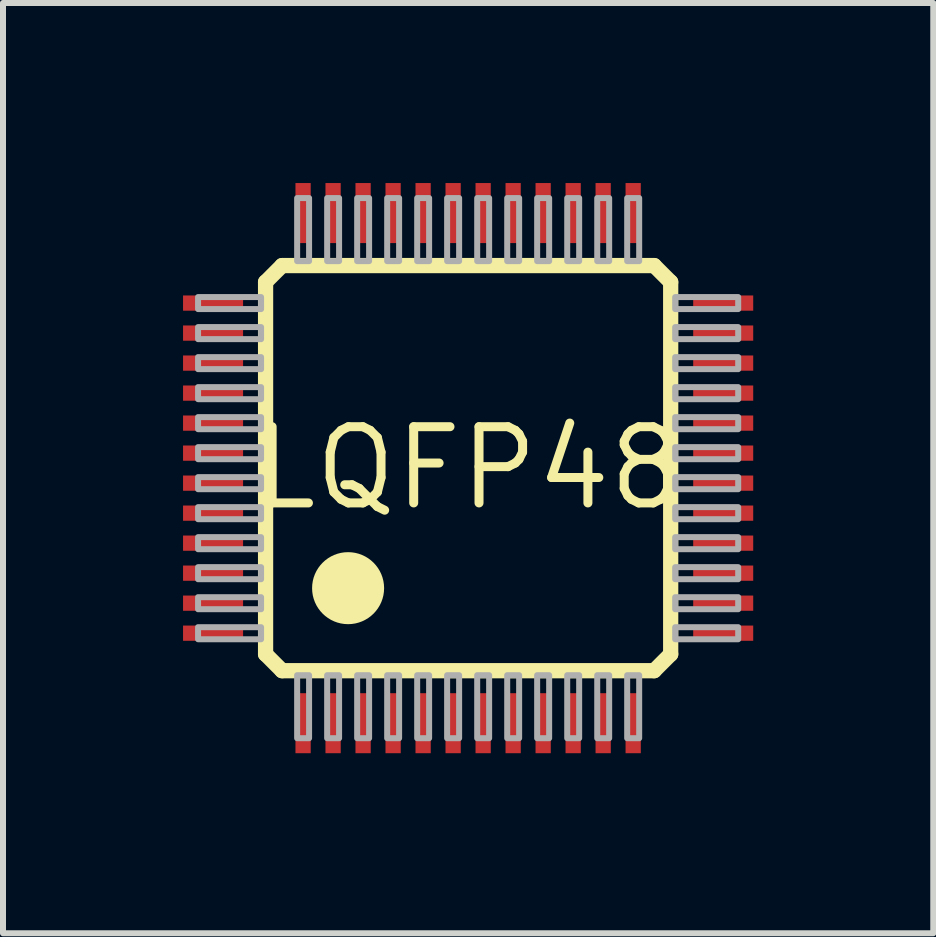
<source format=kicad_pcb>
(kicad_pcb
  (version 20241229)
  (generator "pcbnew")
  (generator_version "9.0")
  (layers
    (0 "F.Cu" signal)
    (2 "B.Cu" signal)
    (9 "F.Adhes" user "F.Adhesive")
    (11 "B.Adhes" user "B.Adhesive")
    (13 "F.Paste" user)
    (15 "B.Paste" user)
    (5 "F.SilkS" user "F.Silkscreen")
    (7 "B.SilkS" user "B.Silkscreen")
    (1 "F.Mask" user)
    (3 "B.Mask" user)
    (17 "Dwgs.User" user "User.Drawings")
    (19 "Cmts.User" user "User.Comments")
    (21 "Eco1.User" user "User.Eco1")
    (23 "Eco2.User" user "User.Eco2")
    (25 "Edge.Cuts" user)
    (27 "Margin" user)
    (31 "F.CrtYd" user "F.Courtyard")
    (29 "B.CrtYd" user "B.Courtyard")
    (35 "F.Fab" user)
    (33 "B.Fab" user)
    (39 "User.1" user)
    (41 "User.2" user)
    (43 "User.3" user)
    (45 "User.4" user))
  (footprint "LQFP48"
    (layer "F.Cu")
    (at 4.75 4.75)
    (property "Reference" "LQFP48" (at 0 0 0) (layer "F.SilkS") (effects (font (size 1.27 1.27) (thickness 0.15))))
    (fp_poly (pts (xy -3.75 -2.623) (xy -4.75 -2.623) (xy -4.75 -2.877) (xy -3.75 -2.877)) (stroke (width 0) (type default)) (fill yes) (layer "F.Mask"))
    (fp_poly (pts (xy -3.75 -2.123) (xy -4.75 -2.123) (xy -4.75 -2.377) (xy -3.75 -2.377)) (stroke (width 0) (type default)) (fill yes) (layer "F.Mask"))
    (fp_poly (pts (xy -3.75 -1.623) (xy -4.75 -1.623) (xy -4.75 -1.877) (xy -3.75 -1.877)) (stroke (width 0) (type default)) (fill yes) (layer "F.Mask"))
    (fp_poly (pts (xy -3.75 -1.123) (xy -4.75 -1.123) (xy -4.75 -1.377) (xy -3.75 -1.377)) (stroke (width 0) (type default)) (fill yes) (layer "F.Mask"))
    (fp_poly (pts (xy -3.75 -0.623) (xy -4.75 -0.623) (xy -4.75 -0.877) (xy -3.75 -0.877)) (stroke (width 0) (type default)) (fill yes) (layer "F.Mask"))
    (fp_poly (pts (xy -3.75 -0.123) (xy -4.75 -0.123) (xy -4.75 -0.377) (xy -3.75 -0.377)) (stroke (width 0) (type default)) (fill yes) (layer "F.Mask"))
    (fp_poly (pts (xy -3.75 0.377) (xy -4.75 0.377) (xy -4.75 0.123) (xy -3.75 0.123)) (stroke (width 0) (type default)) (fill yes) (layer "F.Mask"))
    (fp_poly (pts (xy -3.75 0.877) (xy -4.75 0.877) (xy -4.75 0.623) (xy -3.75 0.623)) (stroke (width 0) (type default)) (fill yes) (layer "F.Mask"))
    (fp_poly (pts (xy -3.75 1.377) (xy -4.75 1.377) (xy -4.75 1.123) (xy -3.75 1.123)) (stroke (width 0) (type default)) (fill yes) (layer "F.Mask"))
    (fp_poly (pts (xy -3.75 1.877) (xy -4.75 1.877) (xy -4.75 1.623) (xy -3.75 1.623)) (stroke (width 0) (type default)) (fill yes) (layer "F.Mask"))
    (fp_poly (pts (xy -3.75 2.377) (xy -4.75 2.377) (xy -4.75 2.123) (xy -3.75 2.123)) (stroke (width 0) (type default)) (fill yes) (layer "F.Mask"))
    (fp_poly (pts (xy -3.75 2.877) (xy -4.75 2.877) (xy -4.75 2.623) (xy -3.75 2.623)) (stroke (width 0) (type default)) (fill yes) (layer "F.Mask"))
    (fp_poly (pts (xy -2.623 -3.75) (xy -2.877 -3.75) (xy -2.877 -4.75) (xy -2.623 -4.75)) (stroke (width 0) (type default)) (fill yes) (layer "F.Mask"))
    (fp_poly (pts (xy -2.623 4.75) (xy -2.877 4.75) (xy -2.877 3.75) (xy -2.623 3.75)) (stroke (width 0) (type default)) (fill yes) (layer "F.Mask"))
    (fp_poly (pts (xy -2.123 -3.75) (xy -2.377 -3.75) (xy -2.377 -4.75) (xy -2.123 -4.75)) (stroke (width 0) (type default)) (fill yes) (layer "F.Mask"))
    (fp_poly (pts (xy -2.123 4.75) (xy -2.377 4.75) (xy -2.377 3.75) (xy -2.123 3.75)) (stroke (width 0) (type default)) (fill yes) (layer "F.Mask"))
    (fp_poly (pts (xy -1.623 -3.75) (xy -1.877 -3.75) (xy -1.877 -4.75) (xy -1.623 -4.75)) (stroke (width 0) (type default)) (fill yes) (layer "F.Mask"))
    (fp_poly (pts (xy -1.623 4.75) (xy -1.877 4.75) (xy -1.877 3.75) (xy -1.623 3.75)) (stroke (width 0) (type default)) (fill yes) (layer "F.Mask"))
    (fp_poly (pts (xy -1.123 -3.75) (xy -1.377 -3.75) (xy -1.377 -4.75) (xy -1.123 -4.75)) (stroke (width 0) (type default)) (fill yes) (layer "F.Mask"))
    (fp_poly (pts (xy -1.123 4.75) (xy -1.377 4.75) (xy -1.377 3.75) (xy -1.123 3.75)) (stroke (width 0) (type default)) (fill yes) (layer "F.Mask"))
    (fp_poly (pts (xy -0.623 -3.75) (xy -0.877 -3.75) (xy -0.877 -4.75) (xy -0.623 -4.75)) (stroke (width 0) (type default)) (fill yes) (layer "F.Mask"))
    (fp_poly (pts (xy -0.623 4.75) (xy -0.877 4.75) (xy -0.877 3.75) (xy -0.623 3.75)) (stroke (width 0) (type default)) (fill yes) (layer "F.Mask"))
    (fp_poly (pts (xy -0.123 -3.75) (xy -0.377 -3.75) (xy -0.377 -4.75) (xy -0.123 -4.75)) (stroke (width 0) (type default)) (fill yes) (layer "F.Mask"))
    (fp_poly (pts (xy -0.123 4.75) (xy -0.377 4.75) (xy -0.377 3.75) (xy -0.123 3.75)) (stroke (width 0) (type default)) (fill yes) (layer "F.Mask"))
    (fp_poly (pts (xy 0.377 -3.75) (xy 0.123 -3.75) (xy 0.123 -4.75) (xy 0.377 -4.75)) (stroke (width 0) (type default)) (fill yes) (layer "F.Mask"))
    (fp_poly (pts (xy 0.377 4.75) (xy 0.123 4.75) (xy 0.123 3.75) (xy 0.377 3.75)) (stroke (width 0) (type default)) (fill yes) (layer "F.Mask"))
    (fp_poly (pts (xy 0.877 -3.75) (xy 0.623 -3.75) (xy 0.623 -4.75) (xy 0.877 -4.75)) (stroke (width 0) (type default)) (fill yes) (layer "F.Mask"))
    (fp_poly (pts (xy 0.877 4.75) (xy 0.623 4.75) (xy 0.623 3.75) (xy 0.877 3.75)) (stroke (width 0) (type default)) (fill yes) (layer "F.Mask"))
    (fp_poly (pts (xy 1.377 -3.75) (xy 1.123 -3.75) (xy 1.123 -4.75) (xy 1.377 -4.75)) (stroke (width 0) (type default)) (fill yes) (layer "F.Mask"))
    (fp_poly (pts (xy 1.377 4.75) (xy 1.123 4.75) (xy 1.123 3.75) (xy 1.377 3.75)) (stroke (width 0) (type default)) (fill yes) (layer "F.Mask"))
    (fp_poly (pts (xy 1.877 -3.75) (xy 1.623 -3.75) (xy 1.623 -4.75) (xy 1.877 -4.75)) (stroke (width 0) (type default)) (fill yes) (layer "F.Mask"))
    (fp_poly (pts (xy 1.877 4.75) (xy 1.623 4.75) (xy 1.623 3.75) (xy 1.877 3.75)) (stroke (width 0) (type default)) (fill yes) (layer "F.Mask"))
    (fp_poly (pts (xy 2.377 -3.75) (xy 2.123 -3.75) (xy 2.123 -4.75) (xy 2.377 -4.75)) (stroke (width 0) (type default)) (fill yes) (layer "F.Mask"))
    (fp_poly (pts (xy 2.377 4.75) (xy 2.123 4.75) (xy 2.123 3.75) (xy 2.377 3.75)) (stroke (width 0) (type default)) (fill yes) (layer "F.Mask"))
    (fp_poly (pts (xy 2.877 -3.75) (xy 2.623 -3.75) (xy 2.623 -4.75) (xy 2.877 -4.75)) (stroke (width 0) (type default)) (fill yes) (layer "F.Mask"))
    (fp_poly (pts (xy 2.877 4.75) (xy 2.623 4.75) (xy 2.623 3.75) (xy 2.877 3.75)) (stroke (width 0) (type default)) (fill yes) (layer "F.Mask"))
    (fp_poly (pts (xy 4.75 -2.623) (xy 3.75 -2.623) (xy 3.75 -2.877) (xy 4.75 -2.877)) (stroke (width 0) (type default)) (fill yes) (layer "F.Mask"))
    (fp_poly (pts (xy 4.75 -2.123) (xy 3.75 -2.123) (xy 3.75 -2.377) (xy 4.75 -2.377)) (stroke (width 0) (type default)) (fill yes) (layer "F.Mask"))
    (fp_poly (pts (xy 4.75 -1.623) (xy 3.75 -1.623) (xy 3.75 -1.877) (xy 4.75 -1.877)) (stroke (width 0) (type default)) (fill yes) (layer "F.Mask"))
    (fp_poly (pts (xy 4.75 -1.123) (xy 3.75 -1.123) (xy 3.75 -1.377) (xy 4.75 -1.377)) (stroke (width 0) (type default)) (fill yes) (layer "F.Mask"))
    (fp_poly (pts (xy 4.75 -0.623) (xy 3.75 -0.623) (xy 3.75 -0.877) (xy 4.75 -0.877)) (stroke (width 0) (type default)) (fill yes) (layer "F.Mask"))
    (fp_poly (pts (xy 4.75 -0.123) (xy 3.75 -0.123) (xy 3.75 -0.377) (xy 4.75 -0.377)) (stroke (width 0) (type default)) (fill yes) (layer "F.Mask"))
    (fp_poly (pts (xy 4.75 0.377) (xy 3.75 0.377) (xy 3.75 0.123) (xy 4.75 0.123)) (stroke (width 0) (type default)) (fill yes) (layer "F.Mask"))
    (fp_poly (pts (xy 4.75 0.877) (xy 3.75 0.877) (xy 3.75 0.623) (xy 4.75 0.623)) (stroke (width 0) (type default)) (fill yes) (layer "F.Mask"))
    (fp_poly (pts (xy 4.75 1.377) (xy 3.75 1.377) (xy 3.75 1.123) (xy 4.75 1.123)) (stroke (width 0) (type default)) (fill yes) (layer "F.Mask"))
    (fp_poly (pts (xy 4.75 1.877) (xy 3.75 1.877) (xy 3.75 1.623) (xy 4.75 1.623)) (stroke (width 0) (type default)) (fill yes) (layer "F.Mask"))
    (fp_poly (pts (xy 4.75 2.377) (xy 3.75 2.377) (xy 3.75 2.123) (xy 4.75 2.123)) (stroke (width 0) (type default)) (fill yes) (layer "F.Mask"))
    (fp_poly (pts (xy 4.75 2.877) (xy 3.75 2.877) (xy 3.75 2.623) (xy 4.75 2.623)) (stroke (width 0) (type default)) (fill yes) (layer "F.Mask"))
    (fp_line (start -3.375 -3.1) (end -3.1 -3.375) (stroke (width 0.254) (type solid)) (layer "F.SilkS"))
    (fp_line (start -3.375 3.1) (end -3.375 -3.1) (stroke (width 0.254) (type solid)) (layer "F.SilkS"))
    (fp_line (start -3.1 -3.375) (end 3.1 -3.375) (stroke (width 0.254) (type solid)) (layer "F.SilkS"))
    (fp_line (start -3.1 3.375) (end -3.375 3.1) (stroke (width 0.254) (type solid)) (layer "F.SilkS"))
    (fp_line (start 3.1 -3.375) (end 3.375 -3.1) (stroke (width 0.254) (type solid)) (layer "F.SilkS"))
    (fp_line (start 3.1 3.375) (end -3.1 3.375) (stroke (width 0.254) (type solid)) (layer "F.SilkS"))
    (fp_line (start 3.375 -3.1) (end 3.375 3.1) (stroke (width 0.254) (type solid)) (layer "F.SilkS"))
    (fp_line (start 3.375 3.1) (end 3.1 3.375) (stroke (width 0.254) (type solid)) (layer "F.SilkS"))
    (fp_circle (center -2 2) (end -1.7 2) (stroke (width 0.6) (type solid)) (fill yes) (layer "F.SilkS"))
    (fp_poly (pts (xy -3.75 -2.623) (xy -4.75 -2.623) (xy -4.75 -2.877) (xy -3.75 -2.877)) (stroke (width 0) (type default)) (fill yes) (layer "F.Paste"))
    (fp_poly (pts (xy -3.75 -2.123) (xy -4.75 -2.123) (xy -4.75 -2.377) (xy -3.75 -2.377)) (stroke (width 0) (type default)) (fill yes) (layer "F.Paste"))
    (fp_poly (pts (xy -3.75 -1.623) (xy -4.75 -1.623) (xy -4.75 -1.877) (xy -3.75 -1.877)) (stroke (width 0) (type default)) (fill yes) (layer "F.Paste"))
    (fp_poly (pts (xy -3.75 -1.123) (xy -4.75 -1.123) (xy -4.75 -1.377) (xy -3.75 -1.377)) (stroke (width 0) (type default)) (fill yes) (layer "F.Paste"))
    (fp_poly (pts (xy -3.75 -0.623) (xy -4.75 -0.623) (xy -4.75 -0.877) (xy -3.75 -0.877)) (stroke (width 0) (type default)) (fill yes) (layer "F.Paste"))
    (fp_poly (pts (xy -3.75 -0.123) (xy -4.75 -0.123) (xy -4.75 -0.377) (xy -3.75 -0.377)) (stroke (width 0) (type default)) (fill yes) (layer "F.Paste"))
    (fp_poly (pts (xy -3.75 0.377) (xy -4.75 0.377) (xy -4.75 0.123) (xy -3.75 0.123)) (stroke (width 0) (type default)) (fill yes) (layer "F.Paste"))
    (fp_poly (pts (xy -3.75 0.877) (xy -4.75 0.877) (xy -4.75 0.623) (xy -3.75 0.623)) (stroke (width 0) (type default)) (fill yes) (layer "F.Paste"))
    (fp_poly (pts (xy -3.75 1.377) (xy -4.75 1.377) (xy -4.75 1.123) (xy -3.75 1.123)) (stroke (width 0) (type default)) (fill yes) (layer "F.Paste"))
    (fp_poly (pts (xy -3.75 1.877) (xy -4.75 1.877) (xy -4.75 1.623) (xy -3.75 1.623)) (stroke (width 0) (type default)) (fill yes) (layer "F.Paste"))
    (fp_poly (pts (xy -3.75 2.377) (xy -4.75 2.377) (xy -4.75 2.123) (xy -3.75 2.123)) (stroke (width 0) (type default)) (fill yes) (layer "F.Paste"))
    (fp_poly (pts (xy -3.75 2.877) (xy -4.75 2.877) (xy -4.75 2.623) (xy -3.75 2.623)) (stroke (width 0) (type default)) (fill yes) (layer "F.Paste"))
    (fp_poly (pts (xy -2.623 -3.75) (xy -2.877 -3.75) (xy -2.877 -4.75) (xy -2.623 -4.75)) (stroke (width 0) (type default)) (fill yes) (layer "F.Paste"))
    (fp_poly (pts (xy -2.623 4.75) (xy -2.877 4.75) (xy -2.877 3.75) (xy -2.623 3.75)) (stroke (width 0) (type default)) (fill yes) (layer "F.Paste"))
    (fp_poly (pts (xy -2.123 -3.75) (xy -2.377 -3.75) (xy -2.377 -4.75) (xy -2.123 -4.75)) (stroke (width 0) (type default)) (fill yes) (layer "F.Paste"))
    (fp_poly (pts (xy -2.123 4.75) (xy -2.377 4.75) (xy -2.377 3.75) (xy -2.123 3.75)) (stroke (width 0) (type default)) (fill yes) (layer "F.Paste"))
    (fp_poly (pts (xy -1.623 -3.75) (xy -1.877 -3.75) (xy -1.877 -4.75) (xy -1.623 -4.75)) (stroke (width 0) (type default)) (fill yes) (layer "F.Paste"))
    (fp_poly (pts (xy -1.623 4.75) (xy -1.877 4.75) (xy -1.877 3.75) (xy -1.623 3.75)) (stroke (width 0) (type default)) (fill yes) (layer "F.Paste"))
    (fp_poly (pts (xy -1.123 -3.75) (xy -1.377 -3.75) (xy -1.377 -4.75) (xy -1.123 -4.75)) (stroke (width 0) (type default)) (fill yes) (layer "F.Paste"))
    (fp_poly (pts (xy -1.123 4.75) (xy -1.377 4.75) (xy -1.377 3.75) (xy -1.123 3.75)) (stroke (width 0) (type default)) (fill yes) (layer "F.Paste"))
    (fp_poly (pts (xy -0.623 -3.75) (xy -0.877 -3.75) (xy -0.877 -4.75) (xy -0.623 -4.75)) (stroke (width 0) (type default)) (fill yes) (layer "F.Paste"))
    (fp_poly (pts (xy -0.623 4.75) (xy -0.877 4.75) (xy -0.877 3.75) (xy -0.623 3.75)) (stroke (width 0) (type default)) (fill yes) (layer "F.Paste"))
    (fp_poly (pts (xy -0.123 -3.75) (xy -0.377 -3.75) (xy -0.377 -4.75) (xy -0.123 -4.75)) (stroke (width 0) (type default)) (fill yes) (layer "F.Paste"))
    (fp_poly (pts (xy -0.123 4.75) (xy -0.377 4.75) (xy -0.377 3.75) (xy -0.123 3.75)) (stroke (width 0) (type default)) (fill yes) (layer "F.Paste"))
    (fp_poly (pts (xy 0.377 -3.75) (xy 0.123 -3.75) (xy 0.123 -4.75) (xy 0.377 -4.75)) (stroke (width 0) (type default)) (fill yes) (layer "F.Paste"))
    (fp_poly (pts (xy 0.377 4.75) (xy 0.123 4.75) (xy 0.123 3.75) (xy 0.377 3.75)) (stroke (width 0) (type default)) (fill yes) (layer "F.Paste"))
    (fp_poly (pts (xy 0.877 -3.75) (xy 0.623 -3.75) (xy 0.623 -4.75) (xy 0.877 -4.75)) (stroke (width 0) (type default)) (fill yes) (layer "F.Paste"))
    (fp_poly (pts (xy 0.877 4.75) (xy 0.623 4.75) (xy 0.623 3.75) (xy 0.877 3.75)) (stroke (width 0) (type default)) (fill yes) (layer "F.Paste"))
    (fp_poly (pts (xy 1.377 -3.75) (xy 1.123 -3.75) (xy 1.123 -4.75) (xy 1.377 -4.75)) (stroke (width 0) (type default)) (fill yes) (layer "F.Paste"))
    (fp_poly (pts (xy 1.377 4.75) (xy 1.123 4.75) (xy 1.123 3.75) (xy 1.377 3.75)) (stroke (width 0) (type default)) (fill yes) (layer "F.Paste"))
    (fp_poly (pts (xy 1.877 -3.75) (xy 1.623 -3.75) (xy 1.623 -4.75) (xy 1.877 -4.75)) (stroke (width 0) (type default)) (fill yes) (layer "F.Paste"))
    (fp_poly (pts (xy 1.877 4.75) (xy 1.623 4.75) (xy 1.623 3.75) (xy 1.877 3.75)) (stroke (width 0) (type default)) (fill yes) (layer "F.Paste"))
    (fp_poly (pts (xy 2.377 -3.75) (xy 2.123 -3.75) (xy 2.123 -4.75) (xy 2.377 -4.75)) (stroke (width 0) (type default)) (fill yes) (layer "F.Paste"))
    (fp_poly (pts (xy 2.377 4.75) (xy 2.123 4.75) (xy 2.123 3.75) (xy 2.377 3.75)) (stroke (width 0) (type default)) (fill yes) (layer "F.Paste"))
    (fp_poly (pts (xy 2.877 -3.75) (xy 2.623 -3.75) (xy 2.623 -4.75) (xy 2.877 -4.75)) (stroke (width 0) (type default)) (fill yes) (layer "F.Paste"))
    (fp_poly (pts (xy 2.877 4.75) (xy 2.623 4.75) (xy 2.623 3.75) (xy 2.877 3.75)) (stroke (width 0) (type default)) (fill yes) (layer "F.Paste"))
    (fp_poly (pts (xy 4.75 -2.623) (xy 3.75 -2.623) (xy 3.75 -2.877) (xy 4.75 -2.877)) (stroke (width 0) (type default)) (fill yes) (layer "F.Paste"))
    (fp_poly (pts (xy 4.75 -2.123) (xy 3.75 -2.123) (xy 3.75 -2.377) (xy 4.75 -2.377)) (stroke (width 0) (type default)) (fill yes) (layer "F.Paste"))
    (fp_poly (pts (xy 4.75 -1.623) (xy 3.75 -1.623) (xy 3.75 -1.877) (xy 4.75 -1.877)) (stroke (width 0) (type default)) (fill yes) (layer "F.Paste"))
    (fp_poly (pts (xy 4.75 -1.123) (xy 3.75 -1.123) (xy 3.75 -1.377) (xy 4.75 -1.377)) (stroke (width 0) (type default)) (fill yes) (layer "F.Paste"))
    (fp_poly (pts (xy 4.75 -0.623) (xy 3.75 -0.623) (xy 3.75 -0.877) (xy 4.75 -0.877)) (stroke (width 0) (type default)) (fill yes) (layer "F.Paste"))
    (fp_poly (pts (xy 4.75 -0.123) (xy 3.75 -0.123) (xy 3.75 -0.377) (xy 4.75 -0.377)) (stroke (width 0) (type default)) (fill yes) (layer "F.Paste"))
    (fp_poly (pts (xy 4.75 0.377) (xy 3.75 0.377) (xy 3.75 0.123) (xy 4.75 0.123)) (stroke (width 0) (type default)) (fill yes) (layer "F.Paste"))
    (fp_poly (pts (xy 4.75 0.877) (xy 3.75 0.877) (xy 3.75 0.623) (xy 4.75 0.623)) (stroke (width 0) (type default)) (fill yes) (layer "F.Paste"))
    (fp_poly (pts (xy 4.75 1.377) (xy 3.75 1.377) (xy 3.75 1.123) (xy 4.75 1.123)) (stroke (width 0) (type default)) (fill yes) (layer "F.Paste"))
    (fp_poly (pts (xy 4.75 1.877) (xy 3.75 1.877) (xy 3.75 1.623) (xy 4.75 1.623)) (stroke (width 0) (type default)) (fill yes) (layer "F.Paste"))
    (fp_poly (pts (xy 4.75 2.377) (xy 3.75 2.377) (xy 3.75 2.123) (xy 4.75 2.123)) (stroke (width 0) (type default)) (fill yes) (layer "F.Paste"))
    (fp_poly (pts (xy 4.75 2.877) (xy 3.75 2.877) (xy 3.75 2.623) (xy 4.75 2.623)) (stroke (width 0) (type default)) (fill yes) (layer "F.Paste"))
    (fp_poly (pts (xy -3.45 -2.85) (xy -4.5 -2.85) (xy -4.5 -2.65) (xy -3.45 -2.65)) (stroke (width 0.1) (type default)) (fill no) (layer "F.Fab"))
    (fp_poly (pts (xy -3.45 -2.35) (xy -4.5 -2.35) (xy -4.5 -2.149) (xy -3.45 -2.149)) (stroke (width 0.1) (type default)) (fill no) (layer "F.Fab"))
    (fp_poly (pts (xy -3.45 -1.85) (xy -4.5 -1.85) (xy -4.5 -1.649) (xy -3.45 -1.649)) (stroke (width 0.1) (type default)) (fill no) (layer "F.Fab"))
    (fp_poly (pts (xy -3.45 -1.35) (xy -4.5 -1.35) (xy -4.5 -1.149) (xy -3.45 -1.149)) (stroke (width 0.1) (type default)) (fill no) (layer "F.Fab"))
    (fp_poly (pts (xy -3.45 -0.85) (xy -4.5 -0.85) (xy -4.5 -0.649) (xy -3.45 -0.649)) (stroke (width 0.1) (type default)) (fill no) (layer "F.Fab"))
    (fp_poly (pts (xy -3.45 -0.35) (xy -4.5 -0.35) (xy -4.5 -0.149) (xy -3.45 -0.149)) (stroke (width 0.1) (type default)) (fill no) (layer "F.Fab"))
    (fp_poly (pts (xy -3.45 0.15) (xy -4.5 0.15) (xy -4.5 0.351) (xy -3.45 0.351)) (stroke (width 0.1) (type default)) (fill no) (layer "F.Fab"))
    (fp_poly (pts (xy -3.45 0.65) (xy -4.5 0.65) (xy -4.5 0.851) (xy -3.45 0.851)) (stroke (width 0.1) (type default)) (fill no) (layer "F.Fab"))
    (fp_poly (pts (xy -3.45 1.15) (xy -4.5 1.15) (xy -4.5 1.351) (xy -3.45 1.351)) (stroke (width 0.1) (type default)) (fill no) (layer "F.Fab"))
    (fp_poly (pts (xy -3.45 1.65) (xy -4.5 1.65) (xy -4.5 1.851) (xy -3.45 1.851)) (stroke (width 0.1) (type default)) (fill no) (layer "F.Fab"))
    (fp_poly (pts (xy -3.45 2.15) (xy -4.5 2.15) (xy -4.5 2.351) (xy -3.45 2.351)) (stroke (width 0.1) (type default)) (fill no) (layer "F.Fab"))
    (fp_poly (pts (xy -3.45 2.65) (xy -4.5 2.65) (xy -4.5 2.851) (xy -3.45 2.851)) (stroke (width 0.1) (type default)) (fill no) (layer "F.Fab"))
    (fp_poly (pts (xy -2.65 -4.5) (xy -2.849 -4.5) (xy -2.849 -3.449) (xy -2.65 -3.449)) (stroke (width 0.1) (type default)) (fill no) (layer "F.Fab"))
    (fp_poly (pts (xy -2.65 3.45) (xy -2.849 3.45) (xy -2.849 4.5) (xy -2.65 4.5)) (stroke (width 0.1) (type default)) (fill no) (layer "F.Fab"))
    (fp_poly (pts (xy -2.15 -4.5) (xy -2.349 -4.5) (xy -2.349 -3.449) (xy -2.15 -3.449)) (stroke (width 0.1) (type default)) (fill no) (layer "F.Fab"))
    (fp_poly (pts (xy -2.15 3.45) (xy -2.349 3.45) (xy -2.349 4.5) (xy -2.15 4.5)) (stroke (width 0.1) (type default)) (fill no) (layer "F.Fab"))
    (fp_poly (pts (xy -1.65 -4.5) (xy -1.849 -4.5) (xy -1.849 -3.449) (xy -1.65 -3.449)) (stroke (width 0.1) (type default)) (fill no) (layer "F.Fab"))
    (fp_poly (pts (xy -1.65 3.45) (xy -1.849 3.45) (xy -1.849 4.5) (xy -1.65 4.5)) (stroke (width 0.1) (type default)) (fill no) (layer "F.Fab"))
    (fp_poly (pts (xy -1.15 -4.5) (xy -1.349 -4.5) (xy -1.349 -3.449) (xy -1.15 -3.449)) (stroke (width 0.1) (type default)) (fill no) (layer "F.Fab"))
    (fp_poly (pts (xy -1.15 3.45) (xy -1.349 3.45) (xy -1.349 4.5) (xy -1.15 4.5)) (stroke (width 0.1) (type default)) (fill no) (layer "F.Fab"))
    (fp_poly (pts (xy -0.65 -4.5) (xy -0.849 -4.5) (xy -0.849 -3.449) (xy -0.65 -3.449)) (stroke (width 0.1) (type default)) (fill no) (layer "F.Fab"))
    (fp_poly (pts (xy -0.65 3.45) (xy -0.849 3.45) (xy -0.849 4.5) (xy -0.65 4.5)) (stroke (width 0.1) (type default)) (fill no) (layer "F.Fab"))
    (fp_poly (pts (xy -0.15 -4.5) (xy -0.35 -4.5) (xy -0.35 -3.449) (xy -0.15 -3.449)) (stroke (width 0.1) (type default)) (fill no) (layer "F.Fab"))
    (fp_poly (pts (xy -0.15 3.45) (xy -0.35 3.45) (xy -0.35 4.5) (xy -0.15 4.5)) (stroke (width 0.1) (type default)) (fill no) (layer "F.Fab"))
    (fp_poly (pts (xy 0.35 -4.5) (xy 0.151 -4.5) (xy 0.151 -3.449) (xy 0.35 -3.449)) (stroke (width 0.1) (type default)) (fill no) (layer "F.Fab"))
    (fp_poly (pts (xy 0.35 3.45) (xy 0.151 3.45) (xy 0.151 4.5) (xy 0.35 4.5)) (stroke (width 0.1) (type default)) (fill no) (layer "F.Fab"))
    (fp_poly (pts (xy 0.85 -4.5) (xy 0.651 -4.5) (xy 0.651 -3.449) (xy 0.85 -3.449)) (stroke (width 0.1) (type default)) (fill no) (layer "F.Fab"))
    (fp_poly (pts (xy 0.85 3.45) (xy 0.651 3.45) (xy 0.651 4.5) (xy 0.85 4.5)) (stroke (width 0.1) (type default)) (fill no) (layer "F.Fab"))
    (fp_poly (pts (xy 1.35 -4.5) (xy 1.15 -4.5) (xy 1.15 -3.449) (xy 1.35 -3.449)) (stroke (width 0.1) (type default)) (fill no) (layer "F.Fab"))
    (fp_poly (pts (xy 1.35 3.45) (xy 1.15 3.45) (xy 1.15 4.5) (xy 1.35 4.5)) (stroke (width 0.1) (type default)) (fill no) (layer "F.Fab"))
    (fp_poly (pts (xy 1.85 -4.5) (xy 1.651 -4.5) (xy 1.651 -3.449) (xy 1.85 -3.449)) (stroke (width 0.1) (type default)) (fill no) (layer "F.Fab"))
    (fp_poly (pts (xy 1.85 3.45) (xy 1.651 3.45) (xy 1.651 4.5) (xy 1.85 4.5)) (stroke (width 0.1) (type default)) (fill no) (layer "F.Fab"))
    (fp_poly (pts (xy 2.35 -4.5) (xy 2.151 -4.5) (xy 2.151 -3.449) (xy 2.35 -3.449)) (stroke (width 0.1) (type default)) (fill no) (layer "F.Fab"))
    (fp_poly (pts (xy 2.35 3.45) (xy 2.151 3.45) (xy 2.151 4.5) (xy 2.35 4.5)) (stroke (width 0.1) (type default)) (fill no) (layer "F.Fab"))
    (fp_poly (pts (xy 2.85 -4.5) (xy 2.65 -4.5) (xy 2.65 -3.449) (xy 2.85 -3.449)) (stroke (width 0.1) (type default)) (fill no) (layer "F.Fab"))
    (fp_poly (pts (xy 2.85 3.45) (xy 2.65 3.45) (xy 2.65 4.5) (xy 2.85 4.5)) (stroke (width 0.1) (type default)) (fill no) (layer "F.Fab"))
    (fp_poly (pts (xy 4.5 -2.85) (xy 3.45 -2.85) (xy 3.45 -2.65) (xy 4.5 -2.65)) (stroke (width 0.1) (type default)) (fill no) (layer "F.Fab"))
    (fp_poly (pts (xy 4.5 -2.35) (xy 3.45 -2.35) (xy 3.45 -2.149) (xy 4.5 -2.149)) (stroke (width 0.1) (type default)) (fill no) (layer "F.Fab"))
    (fp_poly (pts (xy 4.5 -1.85) (xy 3.45 -1.85) (xy 3.45 -1.649) (xy 4.5 -1.649)) (stroke (width 0.1) (type default)) (fill no) (layer "F.Fab"))
    (fp_poly (pts (xy 4.5 -1.35) (xy 3.45 -1.35) (xy 3.45 -1.149) (xy 4.5 -1.149)) (stroke (width 0.1) (type default)) (fill no) (layer "F.Fab"))
    (fp_poly (pts (xy 4.5 -0.85) (xy 3.45 -0.85) (xy 3.45 -0.649) (xy 4.5 -0.649)) (stroke (width 0.1) (type default)) (fill no) (layer "F.Fab"))
    (fp_poly (pts (xy 4.5 -0.35) (xy 3.45 -0.35) (xy 3.45 -0.149) (xy 4.5 -0.149)) (stroke (width 0.1) (type default)) (fill no) (layer "F.Fab"))
    (fp_poly (pts (xy 4.5 0.15) (xy 3.45 0.15) (xy 3.45 0.351) (xy 4.5 0.351)) (stroke (width 0.1) (type default)) (fill no) (layer "F.Fab"))
    (fp_poly (pts (xy 4.5 0.65) (xy 3.45 0.65) (xy 3.45 0.851) (xy 4.5 0.851)) (stroke (width 0.1) (type default)) (fill no) (layer "F.Fab"))
    (fp_poly (pts (xy 4.5 1.15) (xy 3.45 1.15) (xy 3.45 1.351) (xy 4.5 1.351)) (stroke (width 0.1) (type default)) (fill no) (layer "F.Fab"))
    (fp_poly (pts (xy 4.5 1.65) (xy 3.45 1.65) (xy 3.45 1.851) (xy 4.5 1.851)) (stroke (width 0.1) (type default)) (fill no) (layer "F.Fab"))
    (fp_poly (pts (xy 4.5 2.15) (xy 3.45 2.15) (xy 3.45 2.351) (xy 4.5 2.351)) (stroke (width 0.1) (type default)) (fill no) (layer "F.Fab"))
    (fp_poly (pts (xy 4.5 2.65) (xy 3.45 2.65) (xy 3.45 2.851) (xy 4.5 2.851)) (stroke (width 0.1) (type default)) (fill no) (layer "F.Fab"))
    (pad "1" smd rect (at -2.75 4.25 180) (size 0.254 1) (layers "F.Cu"))
    (pad "2" smd rect (at -2.25 4.25 180) (size 0.254 1) (layers "F.Cu"))
    (pad "3" smd rect (at -1.75 4.25 180) (size 0.254 1) (layers "F.Cu"))
    (pad "4" smd rect (at -1.25 4.25 180) (size 0.254 1) (layers "F.Cu"))
    (pad "5" smd rect (at -0.75 4.25 180) (size 0.254 1) (layers "F.Cu"))
    (pad "6" smd rect (at -0.25 4.25 180) (size 0.254 1) (layers "F.Cu"))
    (pad "7" smd rect (at 0.25 4.25 180) (size 0.254 1) (layers "F.Cu"))
    (pad "8" smd rect (at 0.75 4.25 180) (size 0.254 1) (layers "F.Cu"))
    (pad "9" smd rect (at 1.25 4.25 180) (size 0.254 1) (layers "F.Cu"))
    (pad "10" smd rect (at 1.75 4.25 180) (size 0.254 1) (layers "F.Cu"))
    (pad "11" smd rect (at 2.25 4.25 180) (size 0.254 1) (layers "F.Cu"))
    (pad "12" smd rect (at 2.75 4.25 180) (size 0.254 1) (layers "F.Cu"))
    (pad "13" smd rect (at 4.25 2.75 180) (size 1 0.254) (layers "F.Cu"))
    (pad "14" smd rect (at 4.25 2.25 180) (size 1 0.254) (layers "F.Cu"))
    (pad "15" smd rect (at 4.25 1.75 180) (size 1 0.254) (layers "F.Cu"))
    (pad "16" smd rect (at 4.25 1.25 180) (size 1 0.254) (layers "F.Cu"))
    (pad "17" smd rect (at 4.25 0.75 180) (size 1 0.254) (layers "F.Cu"))
    (pad "18" smd rect (at 4.25 0.25 180) (size 1 0.254) (layers "F.Cu"))
    (pad "19" smd rect (at 4.25 -0.25 180) (size 1 0.254) (layers "F.Cu"))
    (pad "20" smd rect (at 4.25 -0.75 180) (size 1 0.254) (layers "F.Cu"))
    (pad "21" smd rect (at 4.25 -1.25 180) (size 1 0.254) (layers "F.Cu"))
    (pad "22" smd rect (at 4.25 -1.75 180) (size 1 0.254) (layers "F.Cu"))
    (pad "23" smd rect (at 4.25 -2.25 180) (size 1 0.254) (layers "F.Cu"))
    (pad "24" smd rect (at 4.25 -2.75 180) (size 1 0.254) (layers "F.Cu"))
    (pad "25" smd rect (at 2.75 -4.25 180) (size 0.254 1) (layers "F.Cu"))
    (pad "26" smd rect (at 2.25 -4.25 180) (size 0.254 1) (layers "F.Cu"))
    (pad "27" smd rect (at 1.75 -4.25 180) (size 0.254 1) (layers "F.Cu"))
    (pad "28" smd rect (at 1.25 -4.25 180) (size 0.254 1) (layers "F.Cu"))
    (pad "29" smd rect (at 0.75 -4.25 180) (size 0.254 1) (layers "F.Cu"))
    (pad "30" smd rect (at 0.25 -4.25 180) (size 0.254 1) (layers "F.Cu"))
    (pad "31" smd rect (at -0.25 -4.25 180) (size 0.254 1) (layers "F.Cu"))
    (pad "32" smd rect (at -0.75 -4.25 180) (size 0.254 1) (layers "F.Cu"))
    (pad "33" smd rect (at -1.25 -4.25 180) (size 0.254 1) (layers "F.Cu"))
    (pad "34" smd rect (at -1.75 -4.25 180) (size 0.254 1) (layers "F.Cu"))
    (pad "35" smd rect (at -2.25 -4.25 180) (size 0.254 1) (layers "F.Cu"))
    (pad "36" smd rect (at -2.75 -4.25 180) (size 0.254 1) (layers "F.Cu"))
    (pad "37" smd rect (at -4.25 -2.75 180) (size 1 0.254) (layers "F.Cu"))
    (pad "38" smd rect (at -4.25 -2.25 180) (size 1 0.254) (layers "F.Cu"))
    (pad "39" smd rect (at -4.25 -1.75 180) (size 1 0.254) (layers "F.Cu"))
    (pad "40" smd rect (at -4.25 -1.25 180) (size 1 0.254) (layers "F.Cu"))
    (pad "41" smd rect (at -4.25 -0.75 180) (size 1 0.254) (layers "F.Cu"))
    (pad "42" smd rect (at -4.25 -0.25 180) (size 1 0.254) (layers "F.Cu"))
    (pad "43" smd rect (at -4.25 0.25 180) (size 1 0.254) (layers "F.Cu"))
    (pad "44" smd rect (at -4.25 0.75 180) (size 1 0.254) (layers "F.Cu"))
    (pad "45" smd rect (at -4.25 1.25 180) (size 1 0.254) (layers "F.Cu"))
    (pad "46" smd rect (at -4.25 1.75 180) (size 1 0.254) (layers "F.Cu"))
    (pad "47" smd rect (at -4.25 2.25 180) (size 1 0.254) (layers "F.Cu"))
    (pad "48" smd rect (at -4.25 2.75 180) (size 1 0.254) (layers "F.Cu")))
  (gr_rect
    (start -3 -3)
    (end 12.5 12.5)
    (stroke (width 0.1) (type default))
    (fill no)
    (layer "Edge.Cuts")))
</source>
